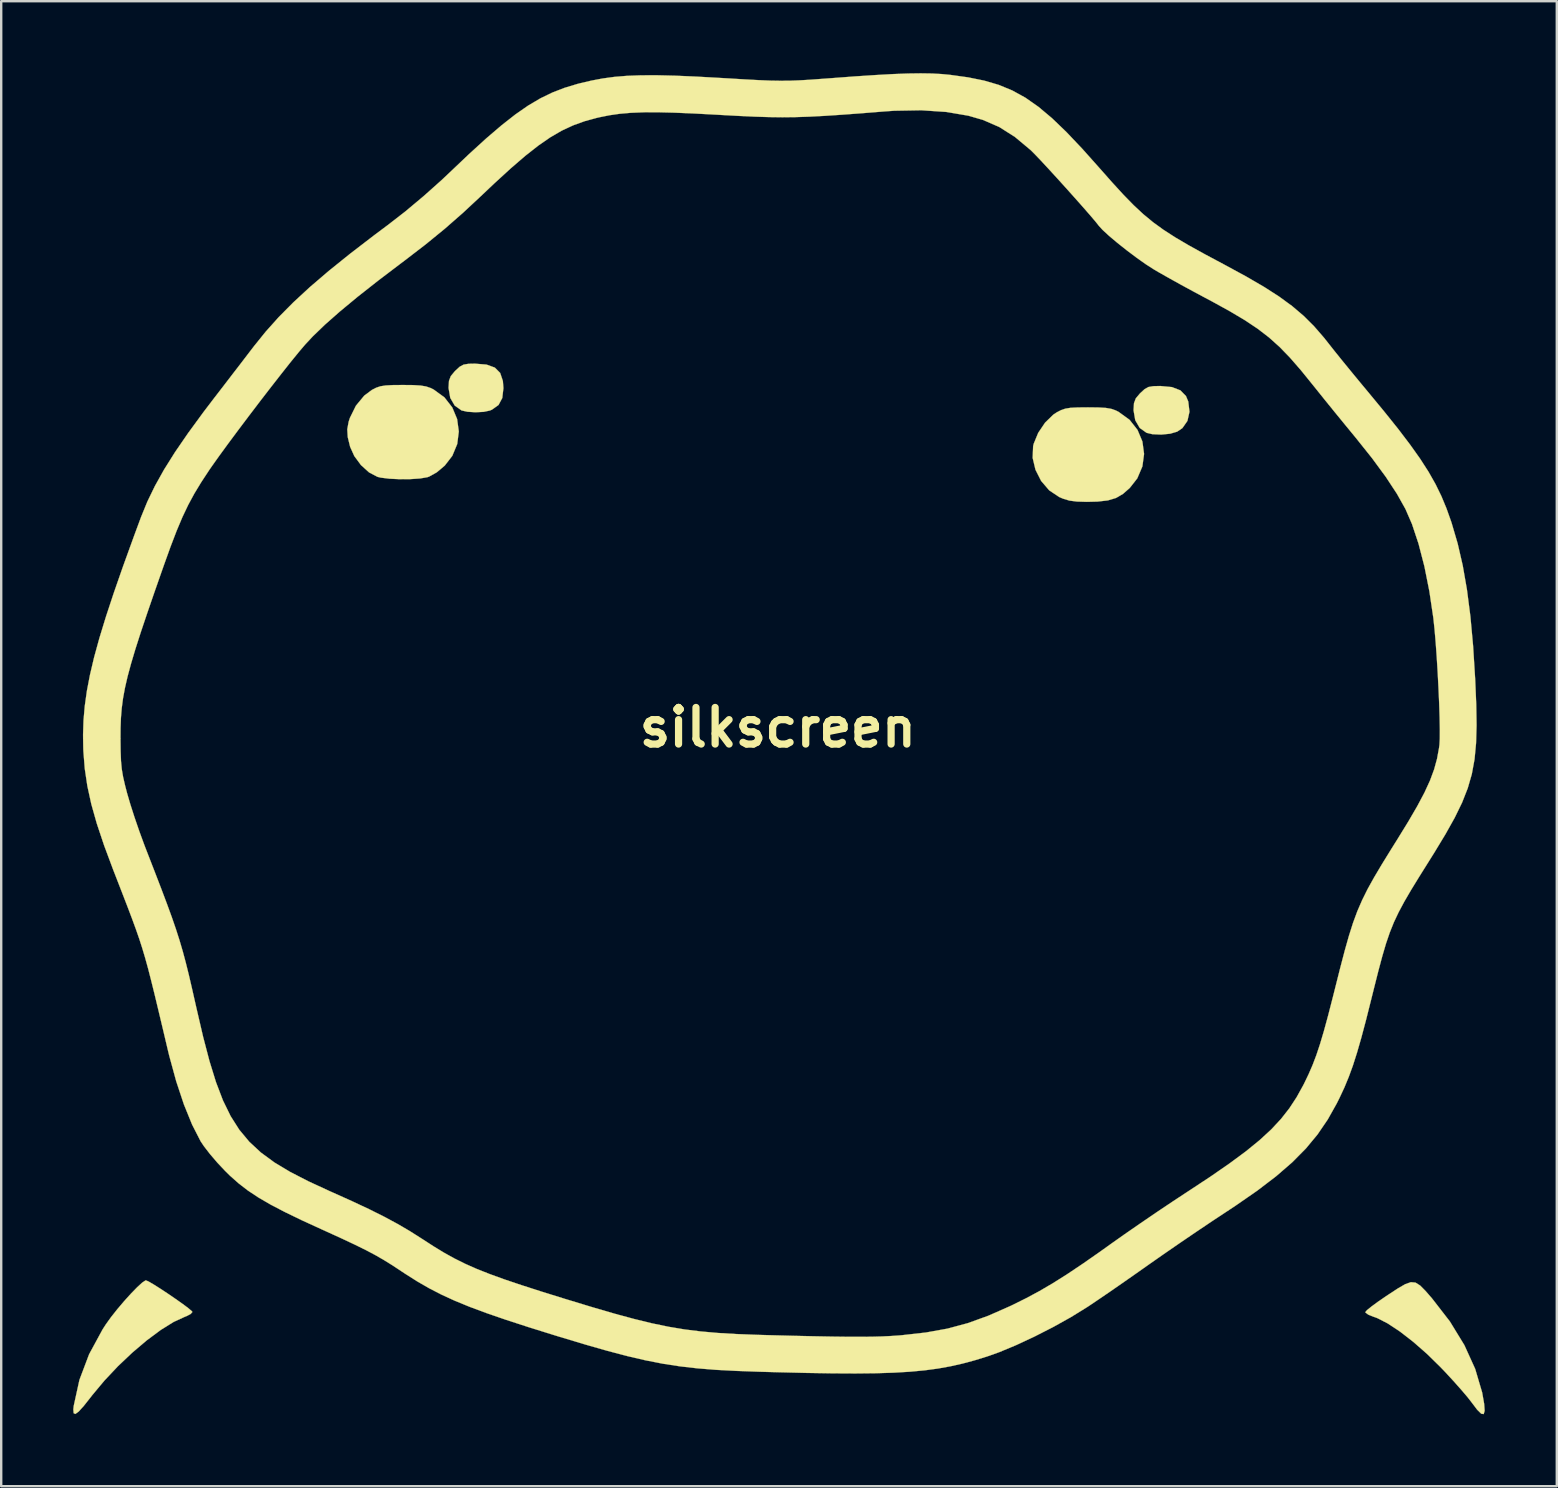
<source format=kicad_pcb>
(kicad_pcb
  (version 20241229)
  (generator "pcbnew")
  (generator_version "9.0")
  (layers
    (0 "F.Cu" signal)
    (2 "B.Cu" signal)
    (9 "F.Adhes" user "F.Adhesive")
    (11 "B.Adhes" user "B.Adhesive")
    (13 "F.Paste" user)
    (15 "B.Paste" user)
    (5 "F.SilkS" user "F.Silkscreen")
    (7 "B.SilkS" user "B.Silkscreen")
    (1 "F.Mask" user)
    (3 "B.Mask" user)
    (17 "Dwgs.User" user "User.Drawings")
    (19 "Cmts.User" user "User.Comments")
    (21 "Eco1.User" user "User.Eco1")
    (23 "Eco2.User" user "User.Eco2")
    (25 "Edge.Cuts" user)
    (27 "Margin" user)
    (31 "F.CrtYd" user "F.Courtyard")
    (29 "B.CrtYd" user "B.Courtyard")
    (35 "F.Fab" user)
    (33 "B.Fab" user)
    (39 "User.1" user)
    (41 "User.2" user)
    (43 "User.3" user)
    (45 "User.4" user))
  (footprint "silkscreen"
    (layer "F.Cu")
    (at 29.351 27.253)
    (property "Reference" "silkscreen" (at 0 0 0) (layer "F.SilkS") (effects (font (size 1.524 1.524) (thickness 0.3))))
    (attr through_hole)
    (fp_poly (pts (xy 16.416 -14.179) (xy 16.769 -14.042) (xy 17 -13.805) (xy 17.095 -13.577) (xy 17.145 -13.15) (xy 17.06 -12.77) (xy 16.85 -12.47) (xy 16.633 -12.323) (xy 16.338 -12.237) (xy 15.967 -12.201) (xy 15.603 -12.217) (xy 15.358 -12.275) (xy 15.073 -12.477) (xy 14.887 -12.797) (xy 14.817 -13.207) (xy 14.817 -13.228) (xy 14.834 -13.509) (xy 14.909 -13.708) (xy 15.076 -13.908) (xy 15.105 -13.936) (xy 15.278 -14.095) (xy 15.435 -14.182) (xy 15.638 -14.217) (xy 15.93 -14.224) (xy 16.416 -14.179)) (stroke (width 0.01) (type solid)) (fill yes) (layer "F.SilkS"))
    (fp_poly (pts (xy -12.135 -15.116) (xy -11.789 -14.991) (xy -11.567 -14.768) (xy -11.454 -14.433) (xy -11.432 -14.134) (xy -11.479 -13.726) (xy -11.634 -13.435) (xy -11.911 -13.238) (xy -11.994 -13.203) (xy -12.253 -13.148) (xy -12.591 -13.131) (xy -12.927 -13.151) (xy -13.175 -13.206) (xy -13.46 -13.408) (xy -13.646 -13.729) (xy -13.716 -14.138) (xy -13.716 -14.159) (xy -13.699 -14.441) (xy -13.623 -14.639) (xy -13.456 -14.839) (xy -13.428 -14.867) (xy -13.251 -15.029) (xy -13.091 -15.115) (xy -12.882 -15.15) (xy -12.618 -15.155) (xy -12.135 -15.116)) (stroke (width 0.01) (type solid)) (fill yes) (layer "F.SilkS"))
    (fp_poly (pts (xy 13.347 -13.33) (xy 13.657 -13.312) (xy 13.883 -13.274) (xy 14.069 -13.209) (xy 14.19 -13.149) (xy 14.649 -12.817) (xy 14.982 -12.395) (xy 15.185 -11.911) (xy 15.254 -11.395) (xy 15.184 -10.875) (xy 14.972 -10.378) (xy 14.659 -9.979) (xy 14.376 -9.73) (xy 14.086 -9.561) (xy 13.746 -9.459) (xy 13.316 -9.41) (xy 12.869 -9.399) (xy 12.455 -9.411) (xy 12.145 -9.451) (xy 11.875 -9.533) (xy 11.715 -9.602) (xy 11.301 -9.88) (xy 10.966 -10.271) (xy 10.731 -10.735) (xy 10.613 -11.231) (xy 10.633 -11.72) (xy 10.656 -11.816) (xy 10.844 -12.273) (xy 11.13 -12.697) (xy 11.472 -13.03) (xy 11.617 -13.127) (xy 11.797 -13.22) (xy 11.975 -13.281) (xy 12.192 -13.316) (xy 12.494 -13.331) (xy 12.912 -13.335) (xy 13.347 -13.33)) (stroke (width 0.01) (type solid)) (fill yes) (layer "F.SilkS"))
    (fp_poly (pts (xy 26.562 23.123) (xy 26.754 23.244) (xy 26.976 23.468) (xy 27.246 23.778) (xy 27.994 24.743) (xy 28.596 25.727) (xy 29.046 26.717) (xy 29.337 27.701) (xy 29.42 28.173) (xy 29.44 28.462) (xy 29.401 28.599) (xy 29.298 28.584) (xy 29.129 28.417) (xy 28.914 28.133) (xy 28.735 27.902) (xy 28.466 27.586) (xy 28.139 27.218) (xy 27.783 26.833) (xy 27.604 26.646) (xy 27.037 26.09) (xy 26.466 25.59) (xy 25.917 25.164) (xy 25.412 24.829) (xy 24.975 24.604) (xy 24.806 24.543) (xy 24.598 24.46) (xy 24.48 24.375) (xy 24.471 24.349) (xy 24.538 24.271) (xy 24.723 24.121) (xy 24.996 23.92) (xy 25.334 23.688) (xy 25.414 23.635) (xy 25.828 23.364) (xy 26.135 23.186) (xy 26.368 23.105) (xy 26.562 23.123)) (stroke (width 0.01) (type solid)) (fill yes) (layer "F.SilkS"))
    (fp_poly (pts (xy -15.186 -14.262) (xy -14.878 -14.243) (xy -14.652 -14.205) (xy -14.465 -14.141) (xy -14.338 -14.078) (xy -13.888 -13.75) (xy -13.561 -13.33) (xy -13.36 -12.847) (xy -13.29 -12.33) (xy -13.355 -11.81) (xy -13.56 -11.316) (xy -13.874 -10.91) (xy -14.207 -10.629) (xy -14.528 -10.45) (xy -14.605 -10.424) (xy -14.906 -10.373) (xy -15.308 -10.346) (xy -15.753 -10.343) (xy -16.182 -10.363) (xy -16.535 -10.407) (xy -16.678 -10.441) (xy -17.029 -10.626) (xy -17.365 -10.93) (xy -17.643 -11.306) (xy -17.817 -11.692) (xy -17.916 -12.096) (xy -17.936 -12.422) (xy -17.878 -12.738) (xy -17.827 -12.895) (xy -17.576 -13.403) (xy -17.23 -13.822) (xy -16.911 -14.061) (xy -16.732 -14.153) (xy -16.554 -14.213) (xy -16.335 -14.247) (xy -16.03 -14.263) (xy -15.621 -14.266) (xy -15.186 -14.262)) (stroke (width 0.01) (type solid)) (fill yes) (layer "F.SilkS"))
    (fp_poly (pts (xy -26.216 23.074) (xy -26.007 23.196) (xy -25.729 23.371) (xy -25.414 23.579) (xy -25.094 23.798) (xy -24.799 24.006) (xy -24.563 24.182) (xy -24.418 24.305) (xy -24.386 24.346) (xy -24.457 24.427) (xy -24.636 24.521) (xy -24.701 24.546) (xy -25.169 24.761) (xy -25.706 25.095) (xy -26.287 25.527) (xy -26.888 26.037) (xy -27.485 26.602) (xy -28.051 27.203) (xy -28.563 27.816) (xy -28.617 27.887) (xy -28.912 28.26) (xy -29.124 28.494) (xy -29.262 28.594) (xy -29.333 28.563) (xy -29.346 28.406) (xy -29.33 28.258) (xy -29.092 27.173) (xy -28.689 26.107) (xy -28.126 25.069) (xy -27.99 24.859) (xy -27.775 24.56) (xy -27.513 24.229) (xy -27.228 23.893) (xy -26.944 23.579) (xy -26.686 23.314) (xy -26.477 23.123) (xy -26.342 23.033) (xy -26.324 23.029) (xy -26.216 23.074)) (stroke (width 0.01) (type solid)) (fill yes) (layer "F.SilkS"))
    (fp_poly (pts (xy 6.416 -27.241) (xy 6.827 -27.218) (xy 7.18 -27.184) (xy 7.927 -27.08) (xy 8.594 -26.945) (xy 9.201 -26.767) (xy 9.768 -26.533) (xy 10.315 -26.231) (xy 10.859 -25.85) (xy 11.422 -25.377) (xy 12.022 -24.8) (xy 12.679 -24.107) (xy 13.39 -23.31) (xy 13.925 -22.705) (xy 14.391 -22.196) (xy 14.814 -21.762) (xy 15.217 -21.386) (xy 15.626 -21.048) (xy 16.064 -20.73) (xy 16.556 -20.413) (xy 17.126 -20.078) (xy 17.798 -19.707) (xy 18.597 -19.28) (xy 18.627 -19.264) (xy 19.507 -18.786) (xy 20.253 -18.352) (xy 20.886 -17.945) (xy 21.428 -17.548) (xy 21.904 -17.143) (xy 22.334 -16.714) (xy 22.742 -16.244) (xy 22.924 -16.014) (xy 23.168 -15.705) (xy 23.491 -15.304) (xy 23.862 -14.849) (xy 24.249 -14.379) (xy 24.554 -14.012) (xy 25.249 -13.171) (xy 25.84 -12.434) (xy 26.337 -11.78) (xy 26.754 -11.193) (xy 27.102 -10.652) (xy 27.393 -10.139) (xy 27.639 -9.635) (xy 27.852 -9.122) (xy 28.045 -8.579) (xy 28.065 -8.518) (xy 28.316 -7.664) (xy 28.528 -6.746) (xy 28.703 -5.743) (xy 28.846 -4.636) (xy 28.959 -3.403) (xy 29.045 -2.024) (xy 29.048 -1.966) (xy 29.09 -0.964) (xy 29.104 -0.101) (xy 29.083 0.651) (xy 29.02 1.321) (xy 28.907 1.938) (xy 28.736 2.529) (xy 28.502 3.124) (xy 28.196 3.752) (xy 27.811 4.44) (xy 27.34 5.218) (xy 27.14 5.537) (xy 26.721 6.206) (xy 26.375 6.77) (xy 26.091 7.257) (xy 25.857 7.695) (xy 25.66 8.112) (xy 25.489 8.538) (xy 25.331 9.001) (xy 25.176 9.529) (xy 25.01 10.15) (xy 24.823 10.893) (xy 24.718 11.314) (xy 24.498 12.19) (xy 24.302 12.926) (xy 24.123 13.547) (xy 23.953 14.081) (xy 23.781 14.552) (xy 23.601 14.988) (xy 23.403 15.412) (xy 23.278 15.663) (xy 22.904 16.329) (xy 22.482 16.948) (xy 21.995 17.536) (xy 21.425 18.112) (xy 20.756 18.691) (xy 19.969 19.292) (xy 19.048 19.93) (xy 18.684 20.17) (xy 18.106 20.551) (xy 17.444 20.996) (xy 16.749 21.469) (xy 16.073 21.935) (xy 15.468 22.358) (xy 15.424 22.389) (xy 14.893 22.763) (xy 14.349 23.143) (xy 13.825 23.506) (xy 13.356 23.826) (xy 12.978 24.081) (xy 12.869 24.152) (xy 12.207 24.561) (xy 11.466 24.974) (xy 10.69 25.37) (xy 9.925 25.727) (xy 9.216 26.022) (xy 8.722 26.198) (xy 8.205 26.357) (xy 7.702 26.493) (xy 7.196 26.607) (xy 6.671 26.702) (xy 6.113 26.777) (xy 5.505 26.834) (xy 4.832 26.874) (xy 4.077 26.898) (xy 3.224 26.907) (xy 2.259 26.902) (xy 1.165 26.884) (xy -0.074 26.854) (xy -0.804 26.834) (xy -1.742 26.8) (xy -2.581 26.756) (xy -3.348 26.694) (xy -4.073 26.611) (xy -4.784 26.502) (xy -5.507 26.361) (xy -6.272 26.183) (xy -7.107 25.963) (xy -8.038 25.697) (xy -9.096 25.379) (xy -9.326 25.308) (xy -10.402 24.972) (xy -11.334 24.669) (xy -12.143 24.39) (xy -12.847 24.128) (xy -13.467 23.873) (xy -14.024 23.617) (xy -14.537 23.352) (xy -15.027 23.069) (xy -15.514 22.76) (xy -15.661 22.663) (xy -16.04 22.412) (xy -16.396 22.191) (xy -16.755 21.983) (xy -17.149 21.774) (xy -17.605 21.549) (xy -18.153 21.291) (xy -18.822 20.986) (xy -18.974 20.917) (xy -19.825 20.527) (xy -20.539 20.181) (xy -21.138 19.868) (xy -21.643 19.574) (xy -22.078 19.285) (xy -22.462 18.989) (xy -22.819 18.672) (xy -23.029 18.465) (xy -23.349 18.125) (xy -23.654 17.768) (xy -23.906 17.442) (xy -24.042 17.239) (xy -24.398 16.544) (xy -24.74 15.703) (xy -25.061 14.737) (xy -25.353 13.668) (xy -25.398 13.482) (xy -25.618 12.551) (xy -25.806 11.764) (xy -25.966 11.097) (xy -26.107 10.529) (xy -26.233 10.038) (xy -26.353 9.603) (xy -26.473 9.201) (xy -26.598 8.811) (xy -26.737 8.411) (xy -26.895 7.979) (xy -27.079 7.493) (xy -27.296 6.931) (xy -27.552 6.271) (xy -27.686 5.927) (xy -28.066 4.908) (xy -28.367 4.007) (xy -28.597 3.194) (xy -28.762 2.44) (xy -28.87 1.716) (xy -28.927 0.995) (xy -28.932 0.889) (xy -28.939 0.458) (xy -27.382 0.458) (xy -27.382 0.466) (xy -27.376 0.989) (xy -27.361 1.395) (xy -27.329 1.734) (xy -27.274 2.057) (xy -27.191 2.417) (xy -27.106 2.743) (xy -26.974 3.193) (xy -26.798 3.741) (xy -26.597 4.326) (xy -26.391 4.889) (xy -26.321 5.071) (xy -25.978 5.954) (xy -25.689 6.704) (xy -25.447 7.346) (xy -25.243 7.905) (xy -25.071 8.405) (xy -24.922 8.87) (xy -24.788 9.326) (xy -24.662 9.797) (xy -24.535 10.308) (xy -24.401 10.884) (xy -24.251 11.548) (xy -24.211 11.723) (xy -23.94 12.887) (xy -23.675 13.898) (xy -23.404 14.774) (xy -23.115 15.532) (xy -22.795 16.187) (xy -22.433 16.757) (xy -22.016 17.258) (xy -21.532 17.706) (xy -20.969 18.119) (xy -20.314 18.512) (xy -19.555 18.903) (xy -18.681 19.307) (xy -18.584 19.35) (xy -17.734 19.732) (xy -17.012 20.071) (xy -16.39 20.382) (xy -15.836 20.681) (xy -15.322 20.982) (xy -14.817 21.303) (xy -14.774 21.331) (xy -14.319 21.625) (xy -13.889 21.886) (xy -13.464 22.121) (xy -13.023 22.34) (xy -12.545 22.552) (xy -12.009 22.764) (xy -11.395 22.987) (xy -10.682 23.227) (xy -9.85 23.495) (xy -8.876 23.798) (xy -8.78 23.827) (xy -7.727 24.147) (xy -6.805 24.416) (xy -5.988 24.637) (xy -5.248 24.818) (xy -4.556 24.961) (xy -3.887 25.073) (xy -3.211 25.157) (xy -2.501 25.22) (xy -1.731 25.265) (xy -0.871 25.298) (xy -0.423 25.311) (xy 0.618 25.338) (xy 1.509 25.358) (xy 2.266 25.372) (xy 2.909 25.38) (xy 3.456 25.381) (xy 3.924 25.377) (xy 4.331 25.366) (xy 4.697 25.348) (xy 5.039 25.325) (xy 5.165 25.314) (xy 6.169 25.201) (xy 7.067 25.039) (xy 7.913 24.811) (xy 8.766 24.503) (xy 9.682 24.099) (xy 9.779 24.053) (xy 10.348 23.77) (xy 10.895 23.476) (xy 11.447 23.153) (xy 12.033 22.784) (xy 12.679 22.352) (xy 13.414 21.84) (xy 13.882 21.505) (xy 14.431 21.117) (xy 15.071 20.674) (xy 15.754 20.208) (xy 16.427 19.757) (xy 17.041 19.353) (xy 17.101 19.314) (xy 18.03 18.701) (xy 18.824 18.151) (xy 19.499 17.652) (xy 20.069 17.187) (xy 20.55 16.744) (xy 20.957 16.307) (xy 21.305 15.864) (xy 21.61 15.398) (xy 21.887 14.897) (xy 21.925 14.822) (xy 22.109 14.439) (xy 22.275 14.056) (xy 22.43 13.648) (xy 22.583 13.188) (xy 22.743 12.65) (xy 22.918 12.009) (xy 23.116 11.238) (xy 23.204 10.89) (xy 23.422 10.024) (xy 23.613 9.294) (xy 23.788 8.674) (xy 23.959 8.136) (xy 24.138 7.651) (xy 24.337 7.192) (xy 24.565 6.732) (xy 24.837 6.242) (xy 25.162 5.695) (xy 25.552 5.063) (xy 25.783 4.694) (xy 26.255 3.927) (xy 26.636 3.273) (xy 26.936 2.707) (xy 27.166 2.206) (xy 27.336 1.747) (xy 27.457 1.306) (xy 27.539 0.86) (xy 27.558 0.72) (xy 27.572 0.469) (xy 27.574 0.078) (xy 27.565 -0.423) (xy 27.546 -1.004) (xy 27.518 -1.637) (xy 27.484 -2.292) (xy 27.444 -2.94) (xy 27.4 -3.552) (xy 27.353 -4.097) (xy 27.305 -4.548) (xy 27.303 -4.566) (xy 27.138 -5.675) (xy 26.931 -6.712) (xy 26.687 -7.653) (xy 26.414 -8.474) (xy 26.141 -9.102) (xy 25.787 -9.734) (xy 25.325 -10.437) (xy 24.747 -11.223) (xy 24.045 -12.102) (xy 24 -12.156) (xy 23.614 -12.626) (xy 23.197 -13.136) (xy 22.79 -13.638) (xy 22.433 -14.083) (xy 22.286 -14.266) (xy 21.785 -14.884) (xy 21.332 -15.405) (xy 20.898 -15.853) (xy 20.457 -16.248) (xy 19.981 -16.614) (xy 19.441 -16.973) (xy 18.811 -17.347) (xy 18.063 -17.759) (xy 17.78 -17.909) (xy 17.274 -18.18) (xy 16.762 -18.459) (xy 16.285 -18.724) (xy 15.886 -18.95) (xy 15.671 -19.076) (xy 15.332 -19.293) (xy 14.943 -19.568) (xy 14.536 -19.874) (xy 14.143 -20.186) (xy 13.795 -20.479) (xy 13.526 -20.727) (xy 13.369 -20.899) (xy 13.237 -21.066) (xy 13.011 -21.332) (xy 12.714 -21.672) (xy 12.369 -22.061) (xy 11.998 -22.476) (xy 11.623 -22.89) (xy 11.267 -23.279) (xy 10.952 -23.618) (xy 10.699 -23.883) (xy 10.533 -24.049) (xy 9.877 -24.597) (xy 9.229 -25.009) (xy 8.546 -25.307) (xy 7.938 -25.483) (xy 7.016 -25.64) (xy 5.976 -25.71) (xy 4.849 -25.69) (xy 4.445 -25.662) (xy 3.482 -25.585) (xy 2.659 -25.524) (xy 1.947 -25.477) (xy 1.317 -25.444) (xy 0.74 -25.425) (xy 0.188 -25.419) (xy -0.368 -25.426) (xy -0.958 -25.444) (xy -1.609 -25.474) (xy -2.351 -25.514) (xy -2.503 -25.523) (xy -3.477 -25.575) (xy -4.304 -25.61) (xy -5.007 -25.627) (xy -5.607 -25.625) (xy -6.127 -25.604) (xy -6.588 -25.564) (xy -7.012 -25.503) (xy -7.421 -25.421) (xy -7.54 -25.394) (xy -8.049 -25.255) (xy -8.528 -25.082) (xy -8.997 -24.864) (xy -9.473 -24.588) (xy -9.974 -24.242) (xy -10.52 -23.813) (xy -11.128 -23.289) (xy -11.817 -22.658) (xy -12.319 -22.182) (xy -13.108 -21.446) (xy -13.874 -20.775) (xy -14.672 -20.123) (xy -15.559 -19.441) (xy -15.629 -19.389) (xy -16.636 -18.625) (xy -17.505 -17.941) (xy -18.245 -17.328) (xy -18.865 -16.781) (xy -19.373 -16.291) (xy -19.692 -15.949) (xy -19.942 -15.655) (xy -20.273 -15.249) (xy -20.665 -14.754) (xy -21.101 -14.196) (xy -21.561 -13.6) (xy -22.026 -12.989) (xy -22.478 -12.389) (xy -22.899 -11.823) (xy -23.268 -11.317) (xy -23.568 -10.895) (xy -23.681 -10.732) (xy -24.017 -10.221) (xy -24.305 -9.746) (xy -24.561 -9.273) (xy -24.801 -8.769) (xy -25.041 -8.2) (xy -25.296 -7.535) (xy -25.571 -6.771) (xy -25.947 -5.698) (xy -26.268 -4.767) (xy -26.539 -3.961) (xy -26.763 -3.262) (xy -26.944 -2.655) (xy -27.088 -2.122) (xy -27.197 -1.647) (xy -27.277 -1.212) (xy -27.331 -0.801) (xy -27.364 -0.397) (xy -27.379 0.017) (xy -27.382 0.458) (xy -28.939 0.458) (xy -28.941 0.297) (xy -28.922 -0.293) (xy -28.87 -0.895) (xy -28.782 -1.524) (xy -28.653 -2.195) (xy -28.481 -2.924) (xy -28.261 -3.724) (xy -27.99 -4.61) (xy -27.664 -5.598) (xy -27.279 -6.703) (xy -26.832 -7.938) (xy -26.527 -8.763) (xy -26.264 -9.407) (xy -25.948 -10.059) (xy -25.569 -10.739) (xy -25.112 -11.467) (xy -24.567 -12.261) (xy -23.921 -13.144) (xy -23.485 -13.716) (xy -23.114 -14.197) (xy -22.726 -14.703) (xy -22.351 -15.19) (xy -22.024 -15.618) (xy -21.826 -15.876) (xy -21.334 -16.487) (xy -20.792 -17.093) (xy -20.183 -17.707) (xy -19.494 -18.344) (xy -18.709 -19.016) (xy -17.814 -19.737) (xy -16.793 -20.521) (xy -16.25 -20.927) (xy -15.521 -21.492) (xy -14.752 -22.136) (xy -14.007 -22.801) (xy -13.666 -23.123) (xy -12.859 -23.889) (xy -12.146 -24.539) (xy -11.51 -25.083) (xy -10.934 -25.535) (xy -10.4 -25.906) (xy -9.892 -26.206) (xy -9.393 -26.448) (xy -8.886 -26.644) (xy -8.354 -26.805) (xy -8.241 -26.834) (xy -7.764 -26.946) (xy -7.293 -27.035) (xy -6.806 -27.101) (xy -6.282 -27.144) (xy -5.701 -27.166) (xy -5.04 -27.168) (xy -4.28 -27.15) (xy -3.398 -27.112) (xy -2.375 -27.055) (xy -2.096 -27.039) (xy -1.383 -26.996) (xy -0.801 -26.965) (xy -0.317 -26.945) (xy 0.107 -26.938) (xy 0.506 -26.941) (xy 0.917 -26.957) (xy 1.376 -26.984) (xy 1.919 -27.024) (xy 2.179 -27.043) (xy 3.193 -27.119) (xy 4.058 -27.176) (xy 4.794 -27.217) (xy 5.419 -27.241) (xy 5.953 -27.248) (xy 6.416 -27.241)) (stroke (width 0.01) (type solid)) (fill yes) (layer "F.SilkS")))
  (gr_rect
    (start -3 -3)
    (end 61.797 58.857)
    (stroke (width 0.1) (type default))
    (fill no)
    (layer "Edge.Cuts")))
</source>
